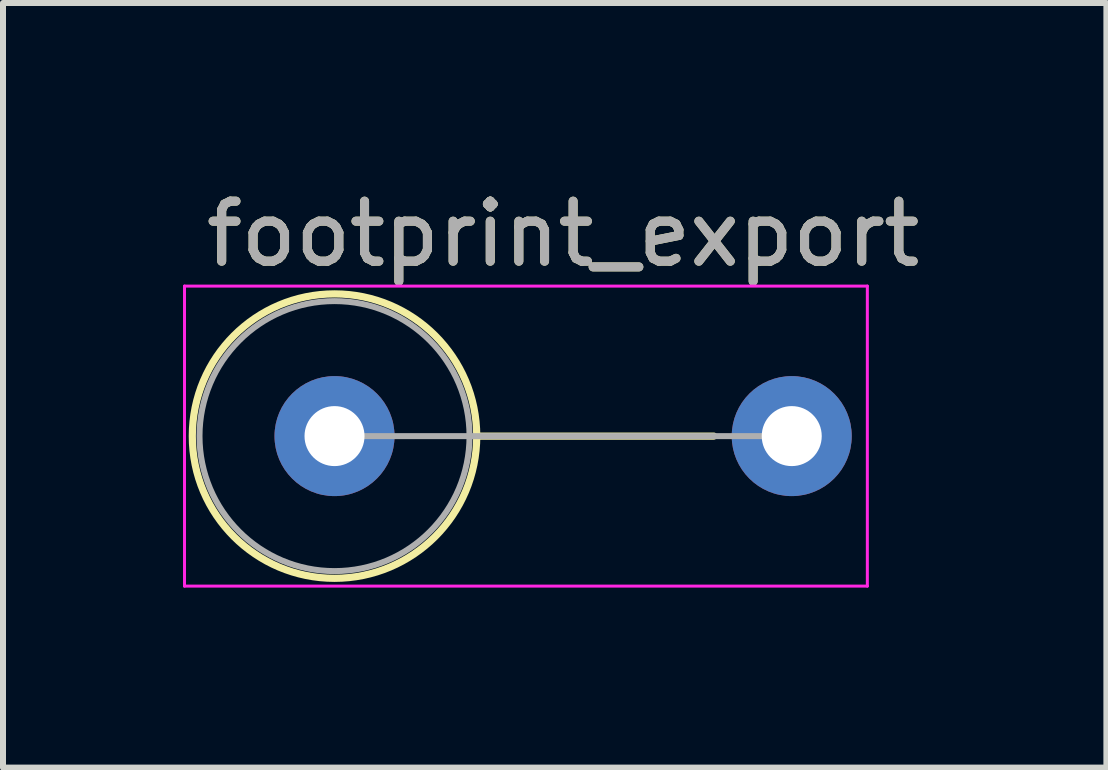
<source format=kicad_pcb>
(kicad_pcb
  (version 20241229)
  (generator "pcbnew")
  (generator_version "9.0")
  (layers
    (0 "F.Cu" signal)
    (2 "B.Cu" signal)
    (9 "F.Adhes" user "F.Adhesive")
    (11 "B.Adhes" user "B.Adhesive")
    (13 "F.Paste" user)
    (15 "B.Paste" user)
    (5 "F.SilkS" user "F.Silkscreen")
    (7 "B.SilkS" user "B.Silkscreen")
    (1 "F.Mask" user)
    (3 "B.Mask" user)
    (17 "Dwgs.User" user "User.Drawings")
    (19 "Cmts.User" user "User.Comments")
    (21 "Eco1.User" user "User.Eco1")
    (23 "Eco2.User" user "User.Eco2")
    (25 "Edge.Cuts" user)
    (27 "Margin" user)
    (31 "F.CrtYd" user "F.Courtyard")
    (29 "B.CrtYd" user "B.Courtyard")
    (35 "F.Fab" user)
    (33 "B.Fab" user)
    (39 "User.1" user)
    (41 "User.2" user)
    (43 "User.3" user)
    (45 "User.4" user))
  (footprint "footprint_export"
    (layer "F.Cu")
    (at 2.525 4.218)
    (property "Reference" "footprint_export" (at 3.81 -3.37 0) (layer "F.SilkS") (effects (font (size 1 1) (thickness 0.15))))
    (attr through_hole)
    (fp_line (start 2.37 0) (end 6.32 0) (stroke (width 0.12) (type solid)) (layer "F.SilkS"))
    (fp_circle (center 0 0) (end 2.37 0) (stroke (width 0.12) (type solid)) (fill no) (layer "F.SilkS"))
    (fp_line (start -2.5 -2.5) (end -2.5 2.5) (stroke (width 0.05) (type solid)) (layer "F.CrtYd"))
    (fp_line (start -2.5 2.5) (end 8.88 2.5) (stroke (width 0.05) (type solid)) (layer "F.CrtYd"))
    (fp_line (start 8.88 -2.5) (end -2.5 -2.5) (stroke (width 0.05) (type solid)) (layer "F.CrtYd"))
    (fp_line (start 8.88 2.5) (end 8.88 -2.5) (stroke (width 0.05) (type solid)) (layer "F.CrtYd"))
    (fp_line (start 0 0) (end 7.62 0) (stroke (width 0.1) (type solid)) (layer "F.Fab"))
    (fp_circle (center 0 0) (end 2.25 0) (stroke (width 0.1) (type solid)) (fill no) (layer "F.Fab"))
    (fp_text user "${REFERENCE}" (at 3.81 -3.37 0) (layer "F.Fab") (effects (font (size 1 1) (thickness 0.15))))
    (pad "1" thru_hole circle (at 0 0) (size 2 2) (drill 1) (layers "*.Cu" "*.Mask"))
    (pad "2" thru_hole oval (at 7.62 0) (size 2 2) (drill 1) (layers "*.Cu" "*.Mask")))
  (gr_rect
    (start -3 -3)
    (end 15.389 9.743)
    (stroke (width 0.1) (type default))
    (fill no)
    (layer "Edge.Cuts")))
</source>
